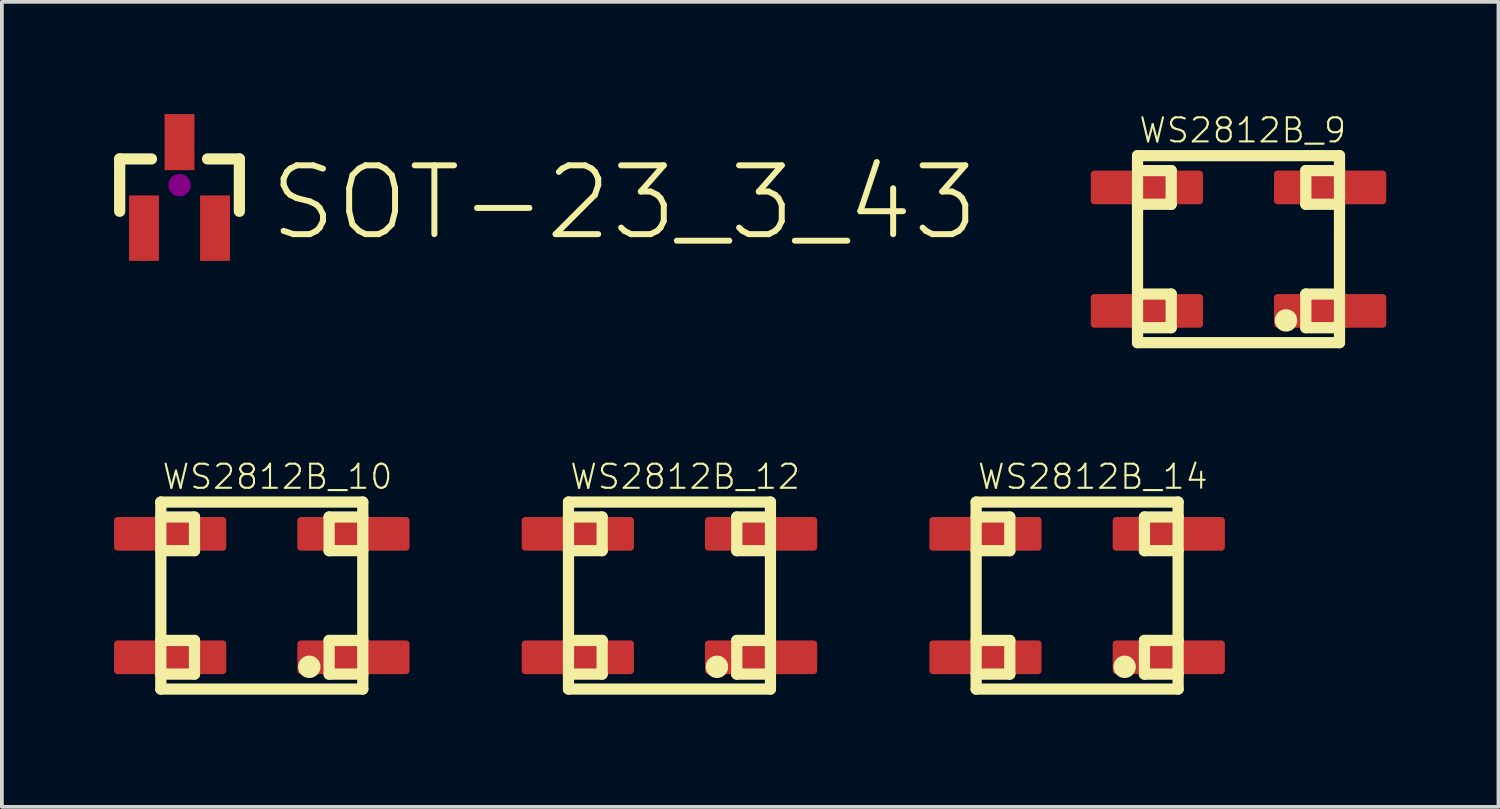
<source format=kicad_pcb>
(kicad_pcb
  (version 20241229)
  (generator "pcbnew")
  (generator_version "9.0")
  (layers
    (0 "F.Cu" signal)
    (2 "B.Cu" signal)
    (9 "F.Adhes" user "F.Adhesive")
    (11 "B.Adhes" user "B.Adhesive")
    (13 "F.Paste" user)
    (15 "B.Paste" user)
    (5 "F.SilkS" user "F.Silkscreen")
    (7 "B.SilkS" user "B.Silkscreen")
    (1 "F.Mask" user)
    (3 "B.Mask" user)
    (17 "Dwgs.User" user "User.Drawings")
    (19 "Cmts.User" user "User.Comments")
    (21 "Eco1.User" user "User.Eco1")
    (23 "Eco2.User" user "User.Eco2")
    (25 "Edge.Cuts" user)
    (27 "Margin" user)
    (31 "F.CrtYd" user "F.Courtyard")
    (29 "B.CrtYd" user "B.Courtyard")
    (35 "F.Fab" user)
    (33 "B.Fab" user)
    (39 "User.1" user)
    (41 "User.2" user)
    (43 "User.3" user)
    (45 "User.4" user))
  (footprint "WS2812B_14"
    (layer "F.Cu")
    (at 25.75 12.874)
    (property "Reference" "WS2812B_14" (at -2.7 -2.8 0) (layer "F.SilkS") (effects (font (size 0.644 0.644) (thickness 0.056)) (justify left bottom)))
    (fp_line (start -2.7 -2.5) (end 2.7 -2.5) (stroke (width 0.3) (type solid)) (layer "F.SilkS"))
    (fp_line (start -2.7 2.5) (end -2.7 -2.5) (stroke (width 0.3) (type solid)) (layer "F.SilkS"))
    (fp_line (start -1.8 -2.1) (end -2.7 -2.1) (stroke (width 0.3) (type solid)) (layer "F.SilkS"))
    (fp_line (start -1.8 -1.2) (end -2.7 -1.2) (stroke (width 0.3) (type solid)) (layer "F.SilkS"))
    (fp_line (start -1.8 -1.2) (end -1.8 -2.1) (stroke (width 0.3) (type solid)) (layer "F.SilkS"))
    (fp_line (start -1.8 1.2) (end -2.7 1.2) (stroke (width 0.3) (type solid)) (layer "F.SilkS"))
    (fp_line (start -1.8 2.1) (end -2.7 2.1) (stroke (width 0.3) (type solid)) (layer "F.SilkS"))
    (fp_line (start -1.8 2.1) (end -1.8 1.2) (stroke (width 0.3) (type solid)) (layer "F.SilkS"))
    (fp_line (start 1.8 -2.1) (end 2.7 -2.1) (stroke (width 0.3) (type solid)) (layer "F.SilkS"))
    (fp_line (start 1.8 -1.2) (end 1.8 -2.1) (stroke (width 0.3) (type solid)) (layer "F.SilkS"))
    (fp_line (start 1.8 -1.2) (end 2.7 -1.2) (stroke (width 0.3) (type solid)) (layer "F.SilkS"))
    (fp_line (start 1.8 1.2) (end 2.7 1.2) (stroke (width 0.3) (type solid)) (layer "F.SilkS"))
    (fp_line (start 1.8 2.1) (end 1.8 1.2) (stroke (width 0.3) (type solid)) (layer "F.SilkS"))
    (fp_line (start 1.8 2.1) (end 2.7 2.1) (stroke (width 0.3) (type solid)) (layer "F.SilkS"))
    (fp_line (start 2.7 -2.5) (end 2.7 2.5) (stroke (width 0.3) (type solid)) (layer "F.SilkS"))
    (fp_line (start 2.7 2.5) (end -2.7 2.5) (stroke (width 0.3) (type solid)) (layer "F.SilkS"))
    (fp_circle (center 1.27 1.905) (end 1.42 1.905) (stroke (width 0.3) (type solid)) (fill yes) (layer "F.SilkS"))
    (pad "1" smd roundrect (at -2.45 -1.65) (size 3 0.9) (layers "F.Cu" "F.Mask" "F.Paste") (roundrect_rratio 0.1))
    (pad "2" smd roundrect (at -2.45 1.65) (size 3 0.9) (layers "F.Cu" "F.Mask" "F.Paste") (roundrect_rratio 0.1))
    (pad "3" smd roundrect (at 2.45 1.65) (size 3 0.9) (layers "F.Cu" "F.Mask" "F.Paste") (roundrect_rratio 0.1))
    (pad "4" smd roundrect (at 2.45 -1.65) (size 3 0.9) (layers "F.Cu" "F.Mask" "F.Paste") (roundrect_rratio 0.1)))
  (footprint "WS2812B_12"
    (layer "F.Cu")
    (at 14.85 12.874)
    (property "Reference" "WS2812B_12" (at -2.7 -2.8 0) (layer "F.SilkS") (effects (font (size 0.644 0.644) (thickness 0.056)) (justify left bottom)))
    (fp_line (start -2.7 -2.5) (end 2.7 -2.5) (stroke (width 0.3) (type solid)) (layer "F.SilkS"))
    (fp_line (start -2.7 2.5) (end -2.7 -2.5) (stroke (width 0.3) (type solid)) (layer "F.SilkS"))
    (fp_line (start -1.8 -2.1) (end -2.7 -2.1) (stroke (width 0.3) (type solid)) (layer "F.SilkS"))
    (fp_line (start -1.8 -1.2) (end -2.7 -1.2) (stroke (width 0.3) (type solid)) (layer "F.SilkS"))
    (fp_line (start -1.8 -1.2) (end -1.8 -2.1) (stroke (width 0.3) (type solid)) (layer "F.SilkS"))
    (fp_line (start -1.8 1.2) (end -2.7 1.2) (stroke (width 0.3) (type solid)) (layer "F.SilkS"))
    (fp_line (start -1.8 2.1) (end -2.7 2.1) (stroke (width 0.3) (type solid)) (layer "F.SilkS"))
    (fp_line (start -1.8 2.1) (end -1.8 1.2) (stroke (width 0.3) (type solid)) (layer "F.SilkS"))
    (fp_line (start 1.8 -2.1) (end 2.7 -2.1) (stroke (width 0.3) (type solid)) (layer "F.SilkS"))
    (fp_line (start 1.8 -1.2) (end 1.8 -2.1) (stroke (width 0.3) (type solid)) (layer "F.SilkS"))
    (fp_line (start 1.8 -1.2) (end 2.7 -1.2) (stroke (width 0.3) (type solid)) (layer "F.SilkS"))
    (fp_line (start 1.8 1.2) (end 2.7 1.2) (stroke (width 0.3) (type solid)) (layer "F.SilkS"))
    (fp_line (start 1.8 2.1) (end 1.8 1.2) (stroke (width 0.3) (type solid)) (layer "F.SilkS"))
    (fp_line (start 1.8 2.1) (end 2.7 2.1) (stroke (width 0.3) (type solid)) (layer "F.SilkS"))
    (fp_line (start 2.7 -2.5) (end 2.7 2.5) (stroke (width 0.3) (type solid)) (layer "F.SilkS"))
    (fp_line (start 2.7 2.5) (end -2.7 2.5) (stroke (width 0.3) (type solid)) (layer "F.SilkS"))
    (fp_circle (center 1.27 1.905) (end 1.42 1.905) (stroke (width 0.3) (type solid)) (fill yes) (layer "F.SilkS"))
    (pad "1" smd roundrect (at -2.45 -1.65) (size 3 0.9) (layers "F.Cu" "F.Mask" "F.Paste") (roundrect_rratio 0.1))
    (pad "2" smd roundrect (at -2.45 1.65) (size 3 0.9) (layers "F.Cu" "F.Mask" "F.Paste") (roundrect_rratio 0.1))
    (pad "3" smd roundrect (at 2.45 1.65) (size 3 0.9) (layers "F.Cu" "F.Mask" "F.Paste") (roundrect_rratio 0.1))
    (pad "4" smd roundrect (at 2.45 -1.65) (size 3 0.9) (layers "F.Cu" "F.Mask" "F.Paste") (roundrect_rratio 0.1)))
  (footprint "SOT-23_3_43"
    (layer "F.Cu")
    (at 1.75 1.9)
    (property "Reference" "SOT-23_3_43" (at 2.328 1.544 0) (layer "F.SilkS") (effects (font (size 1.84 1.84) (thickness 0.16)) (justify left bottom)))
    (fp_line (start -1.6 -0.7) (end -0.75 -0.7) (stroke (width 0.3) (type solid)) (layer "F.SilkS"))
    (fp_line (start -1.6 0.7) (end -1.6 -0.7) (stroke (width 0.3) (type solid)) (layer "F.SilkS"))
    (fp_line (start 0.75 -0.7) (end 1.6 -0.7) (stroke (width 0.3) (type solid)) (layer "F.SilkS"))
    (fp_line (start 1.6 -0.7) (end 1.6 0.7) (stroke (width 0.3) (type solid)) (layer "F.SilkS"))
    (fp_circle (center 0 0) (end 0.15 0) (stroke (width 0.3) (type solid)) (fill yes) (layer "F.Adhes"))
    (pad "1" smd rect (at -0.95 1.15) (size 0.8 1.75) (layers "F.Cu" "F.Mask" "F.Paste"))
    (pad "2" smd rect (at 0.95 1.15) (size 0.8 1.75) (layers "F.Cu" "F.Mask" "F.Paste"))
    (pad "3" smd rect (at 0 -1.15) (size 0.8 1.5) (layers "F.Cu" "F.Mask" "F.Paste")))
  (footprint "WS2812B_10"
    (layer "F.Cu")
    (at 3.95 12.874)
    (property "Reference" "WS2812B_10" (at -2.7 -2.8 0) (layer "F.SilkS") (effects (font (size 0.644 0.644) (thickness 0.056)) (justify left bottom)))
    (fp_line (start -2.7 -2.5) (end 2.7 -2.5) (stroke (width 0.3) (type solid)) (layer "F.SilkS"))
    (fp_line (start -2.7 2.5) (end -2.7 -2.5) (stroke (width 0.3) (type solid)) (layer "F.SilkS"))
    (fp_line (start -1.8 -2.1) (end -2.7 -2.1) (stroke (width 0.3) (type solid)) (layer "F.SilkS"))
    (fp_line (start -1.8 -1.2) (end -2.7 -1.2) (stroke (width 0.3) (type solid)) (layer "F.SilkS"))
    (fp_line (start -1.8 -1.2) (end -1.8 -2.1) (stroke (width 0.3) (type solid)) (layer "F.SilkS"))
    (fp_line (start -1.8 1.2) (end -2.7 1.2) (stroke (width 0.3) (type solid)) (layer "F.SilkS"))
    (fp_line (start -1.8 2.1) (end -2.7 2.1) (stroke (width 0.3) (type solid)) (layer "F.SilkS"))
    (fp_line (start -1.8 2.1) (end -1.8 1.2) (stroke (width 0.3) (type solid)) (layer "F.SilkS"))
    (fp_line (start 1.8 -2.1) (end 2.7 -2.1) (stroke (width 0.3) (type solid)) (layer "F.SilkS"))
    (fp_line (start 1.8 -1.2) (end 1.8 -2.1) (stroke (width 0.3) (type solid)) (layer "F.SilkS"))
    (fp_line (start 1.8 -1.2) (end 2.7 -1.2) (stroke (width 0.3) (type solid)) (layer "F.SilkS"))
    (fp_line (start 1.8 1.2) (end 2.7 1.2) (stroke (width 0.3) (type solid)) (layer "F.SilkS"))
    (fp_line (start 1.8 2.1) (end 1.8 1.2) (stroke (width 0.3) (type solid)) (layer "F.SilkS"))
    (fp_line (start 1.8 2.1) (end 2.7 2.1) (stroke (width 0.3) (type solid)) (layer "F.SilkS"))
    (fp_line (start 2.7 -2.5) (end 2.7 2.5) (stroke (width 0.3) (type solid)) (layer "F.SilkS"))
    (fp_line (start 2.7 2.5) (end -2.7 2.5) (stroke (width 0.3) (type solid)) (layer "F.SilkS"))
    (fp_circle (center 1.27 1.905) (end 1.42 1.905) (stroke (width 0.3) (type solid)) (fill yes) (layer "F.SilkS"))
    (pad "1" smd roundrect (at -2.45 -1.65) (size 3 0.9) (layers "F.Cu" "F.Mask" "F.Paste") (roundrect_rratio 0.1))
    (pad "2" smd roundrect (at -2.45 1.65) (size 3 0.9) (layers "F.Cu" "F.Mask" "F.Paste") (roundrect_rratio 0.1))
    (pad "3" smd roundrect (at 2.45 1.65) (size 3 0.9) (layers "F.Cu" "F.Mask" "F.Paste") (roundrect_rratio 0.1))
    (pad "4" smd roundrect (at 2.45 -1.65) (size 3 0.9) (layers "F.Cu" "F.Mask" "F.Paste") (roundrect_rratio 0.1)))
  (footprint "WS2812B_9"
    (layer "F.Cu")
    (at 30.065 3.612)
    (property "Reference" "WS2812B_9" (at -2.7 -2.8 0) (layer "F.SilkS") (effects (font (size 0.644 0.644) (thickness 0.056)) (justify left bottom)))
    (fp_line (start -2.7 -2.5) (end 2.7 -2.5) (stroke (width 0.3) (type solid)) (layer "F.SilkS"))
    (fp_line (start -2.7 2.5) (end -2.7 -2.5) (stroke (width 0.3) (type solid)) (layer "F.SilkS"))
    (fp_line (start -1.8 -2.1) (end -2.7 -2.1) (stroke (width 0.3) (type solid)) (layer "F.SilkS"))
    (fp_line (start -1.8 -1.2) (end -2.7 -1.2) (stroke (width 0.3) (type solid)) (layer "F.SilkS"))
    (fp_line (start -1.8 -1.2) (end -1.8 -2.1) (stroke (width 0.3) (type solid)) (layer "F.SilkS"))
    (fp_line (start -1.8 1.2) (end -2.7 1.2) (stroke (width 0.3) (type solid)) (layer "F.SilkS"))
    (fp_line (start -1.8 2.1) (end -2.7 2.1) (stroke (width 0.3) (type solid)) (layer "F.SilkS"))
    (fp_line (start -1.8 2.1) (end -1.8 1.2) (stroke (width 0.3) (type solid)) (layer "F.SilkS"))
    (fp_line (start 1.8 -2.1) (end 2.7 -2.1) (stroke (width 0.3) (type solid)) (layer "F.SilkS"))
    (fp_line (start 1.8 -1.2) (end 1.8 -2.1) (stroke (width 0.3) (type solid)) (layer "F.SilkS"))
    (fp_line (start 1.8 -1.2) (end 2.7 -1.2) (stroke (width 0.3) (type solid)) (layer "F.SilkS"))
    (fp_line (start 1.8 1.2) (end 2.7 1.2) (stroke (width 0.3) (type solid)) (layer "F.SilkS"))
    (fp_line (start 1.8 2.1) (end 1.8 1.2) (stroke (width 0.3) (type solid)) (layer "F.SilkS"))
    (fp_line (start 1.8 2.1) (end 2.7 2.1) (stroke (width 0.3) (type solid)) (layer "F.SilkS"))
    (fp_line (start 2.7 -2.5) (end 2.7 2.5) (stroke (width 0.3) (type solid)) (layer "F.SilkS"))
    (fp_line (start 2.7 2.5) (end -2.7 2.5) (stroke (width 0.3) (type solid)) (layer "F.SilkS"))
    (fp_circle (center 1.27 1.905) (end 1.42 1.905) (stroke (width 0.3) (type solid)) (fill yes) (layer "F.SilkS"))
    (pad "1" smd roundrect (at -2.45 -1.65) (size 3 0.9) (layers "F.Cu" "F.Mask" "F.Paste") (roundrect_rratio 0.1))
    (pad "2" smd roundrect (at -2.45 1.65) (size 3 0.9) (layers "F.Cu" "F.Mask" "F.Paste") (roundrect_rratio 0.1))
    (pad "3" smd roundrect (at 2.45 1.65) (size 3 0.9) (layers "F.Cu" "F.Mask" "F.Paste") (roundrect_rratio 0.1))
    (pad "4" smd roundrect (at 2.45 -1.65) (size 3 0.9) (layers "F.Cu" "F.Mask" "F.Paste") (roundrect_rratio 0.1)))
  (gr_rect
    (start -3 -3)
    (end 37.015 18.524)
    (stroke (width 0.1) (type default))
    (fill no)
    (layer "Edge.Cuts")))
</source>
